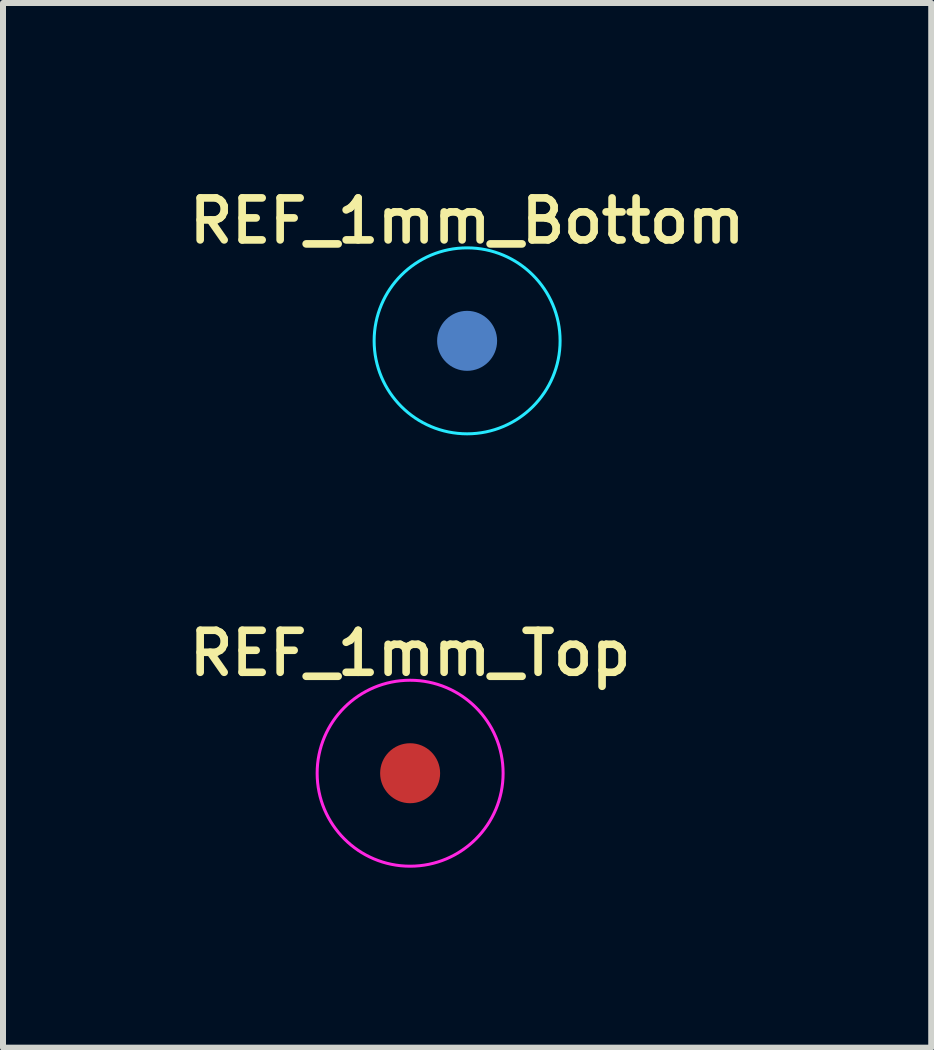
<source format=kicad_pcb>
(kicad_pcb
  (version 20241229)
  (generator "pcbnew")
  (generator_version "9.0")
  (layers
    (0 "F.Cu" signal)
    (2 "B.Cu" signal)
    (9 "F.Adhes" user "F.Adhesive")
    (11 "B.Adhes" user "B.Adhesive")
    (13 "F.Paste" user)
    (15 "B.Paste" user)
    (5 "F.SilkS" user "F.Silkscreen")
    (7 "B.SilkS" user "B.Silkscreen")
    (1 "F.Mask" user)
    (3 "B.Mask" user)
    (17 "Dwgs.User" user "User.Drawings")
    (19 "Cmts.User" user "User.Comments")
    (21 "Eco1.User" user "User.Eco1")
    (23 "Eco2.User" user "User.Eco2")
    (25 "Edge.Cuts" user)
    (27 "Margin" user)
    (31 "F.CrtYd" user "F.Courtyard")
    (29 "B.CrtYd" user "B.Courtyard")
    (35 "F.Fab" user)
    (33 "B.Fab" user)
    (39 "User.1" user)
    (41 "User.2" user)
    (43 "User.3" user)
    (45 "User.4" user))
  (footprint "REF_1mm_Top"
    (layer "F.Cu")
    (at 3.787 9.84)
    (property "Reference" "REF_1mm_Top" (at 0 -2 0) (layer "F.SilkS") (effects (font (size 0.7 0.7) (thickness 0.127))))
    (attr smd)
    (fp_circle (center 0 0) (end 1.55 0) (stroke (width 0.05) (type solid)) (fill no) (layer "F.CrtYd"))
    (pad "~" smd circle (at 0 0) (size 1 1) (layers "F.Cu" "F.Mask")))
  (footprint "REF_1mm_Bottom"
    (layer "F.Cu")
    (at 4.737 2.632)
    (property "Reference" "REF_1mm_Bottom" (at 0 -2 0) (layer "F.SilkS") (effects (font (size 0.7 0.7) (thickness 0.127))))
    (attr smd)
    (fp_circle (center 0 0) (end 1.55 0) (stroke (width 0.05) (type solid)) (fill no) (layer "B.CrtYd"))
    (pad "~" smd circle (at 0 0) (size 1 1) (layers "B.Cu" "B.Mask")))
  (gr_rect
    (start -3 -3)
    (end 12.474 14.415)
    (stroke (width 0.1) (type default))
    (fill no)
    (layer "Edge.Cuts")))
</source>
